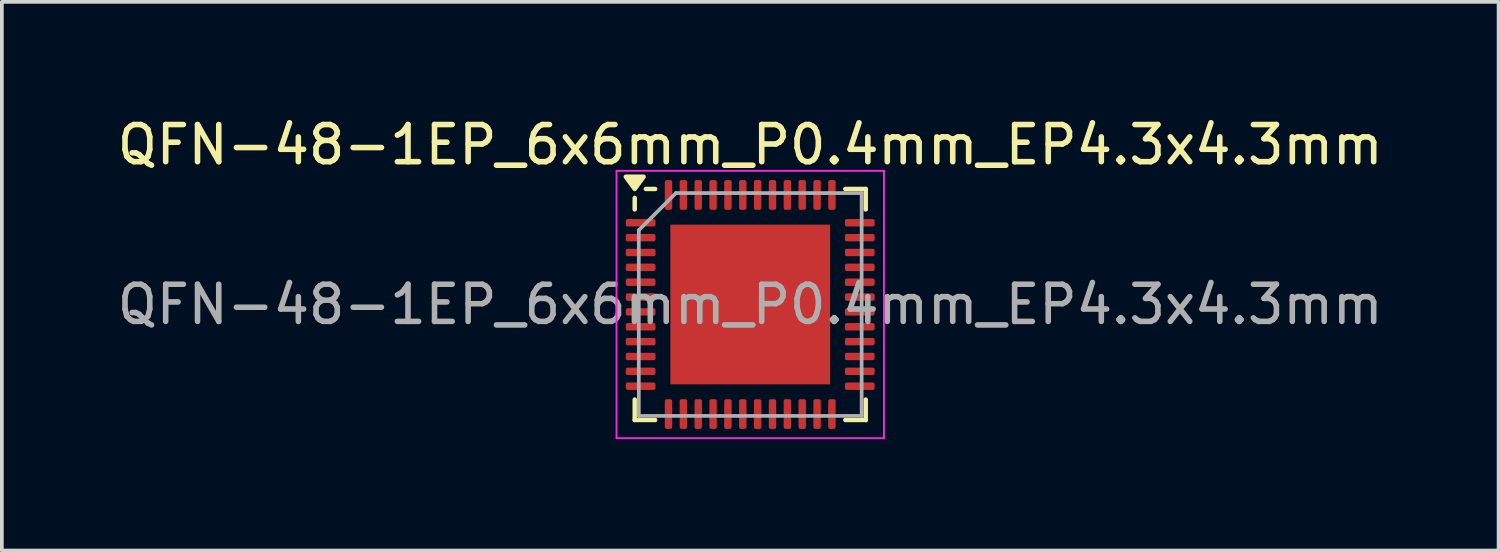
<source format=kicad_pcb>
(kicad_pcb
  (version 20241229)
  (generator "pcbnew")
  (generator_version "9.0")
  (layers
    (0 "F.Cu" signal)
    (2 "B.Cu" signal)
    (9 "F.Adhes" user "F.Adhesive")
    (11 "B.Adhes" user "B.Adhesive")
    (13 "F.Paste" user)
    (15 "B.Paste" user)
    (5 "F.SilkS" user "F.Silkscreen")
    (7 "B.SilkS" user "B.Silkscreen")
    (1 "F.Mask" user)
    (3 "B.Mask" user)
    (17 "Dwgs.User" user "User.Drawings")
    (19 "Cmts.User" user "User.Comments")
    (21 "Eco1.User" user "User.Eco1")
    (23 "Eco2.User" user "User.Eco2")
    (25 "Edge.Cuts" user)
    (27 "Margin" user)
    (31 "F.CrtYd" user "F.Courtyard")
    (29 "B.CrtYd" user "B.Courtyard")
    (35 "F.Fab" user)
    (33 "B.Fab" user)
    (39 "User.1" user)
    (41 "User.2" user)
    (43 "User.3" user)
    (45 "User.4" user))
  (footprint "QFN-48-1EP_6x6mm_P0.4mm_EP4.3x4.3mm"
    (layer "F.Cu")
    (at 17.149 5.148)
    (property "Reference" "QFN-48-1EP_6x6mm_P0.4mm_EP4.3x4.3mm" (at 0 -4.3 0) (layer "F.SilkS") (effects (font (size 1 1) (thickness 0.15))))
    (attr smd)
    (fp_line (start -3.11 -2.56) (end -3.11 -2.87) (stroke (width 0.12) (type solid)) (layer "F.SilkS"))
    (fp_line (start -3.11 3.11) (end -3.11 2.56) (stroke (width 0.12) (type solid)) (layer "F.SilkS"))
    (fp_line (start -2.56 -3.11) (end -2.81 -3.11) (stroke (width 0.12) (type solid)) (layer "F.SilkS"))
    (fp_line (start -2.56 3.11) (end -3.11 3.11) (stroke (width 0.12) (type solid)) (layer "F.SilkS"))
    (fp_line (start 2.56 -3.11) (end 3.11 -3.11) (stroke (width 0.12) (type solid)) (layer "F.SilkS"))
    (fp_line (start 2.56 3.11) (end 3.11 3.11) (stroke (width 0.12) (type solid)) (layer "F.SilkS"))
    (fp_line (start 3.11 -3.11) (end 3.11 -2.56) (stroke (width 0.12) (type solid)) (layer "F.SilkS"))
    (fp_line (start 3.11 3.11) (end 3.11 2.56) (stroke (width 0.12) (type solid)) (layer "F.SilkS"))
    (fp_poly (pts (xy -3.11 -3.11) (xy -3.35 -3.44) (xy -2.87 -3.44) (xy -3.11 -3.11)) (stroke (width 0.12) (type solid)) (fill yes) (layer "F.SilkS"))
    (fp_line (start -3.6 -3.6) (end -3.6 3.6) (stroke (width 0.05) (type solid)) (layer "F.CrtYd"))
    (fp_line (start -3.6 3.6) (end 3.6 3.6) (stroke (width 0.05) (type solid)) (layer "F.CrtYd"))
    (fp_line (start 3.6 -3.6) (end -3.6 -3.6) (stroke (width 0.05) (type solid)) (layer "F.CrtYd"))
    (fp_line (start 3.6 3.6) (end 3.6 -3.6) (stroke (width 0.05) (type solid)) (layer "F.CrtYd"))
    (fp_line (start -3 -2) (end -2 -3) (stroke (width 0.1) (type solid)) (layer "F.Fab"))
    (fp_line (start -3 3) (end -3 -2) (stroke (width 0.1) (type solid)) (layer "F.Fab"))
    (fp_line (start -2 -3) (end 3 -3) (stroke (width 0.1) (type solid)) (layer "F.Fab"))
    (fp_line (start 3 -3) (end 3 3) (stroke (width 0.1) (type solid)) (layer "F.Fab"))
    (fp_line (start 3 3) (end -3 3) (stroke (width 0.1) (type solid)) (layer "F.Fab"))
    (fp_text user "${REFERENCE}" (at 0 0 0) (layer "F.Fab") (effects (font (size 1 1) (thickness 0.15))))
    (pad "" smd roundrect (at -1.43 -1.43) (size 1.16 1.16) (layers "F.Paste") (roundrect_rratio 0.216))
    (pad "" smd roundrect (at -1.43 0) (size 1.16 1.16) (layers "F.Paste") (roundrect_rratio 0.216))
    (pad "" smd roundrect (at -1.43 1.43) (size 1.16 1.16) (layers "F.Paste") (roundrect_rratio 0.216))
    (pad "" smd roundrect (at 0 -1.43) (size 1.16 1.16) (layers "F.Paste") (roundrect_rratio 0.216))
    (pad "" smd roundrect (at 0 0) (size 1.16 1.16) (layers "F.Paste") (roundrect_rratio 0.216))
    (pad "" smd roundrect (at 0 1.43) (size 1.16 1.16) (layers "F.Paste") (roundrect_rratio 0.216))
    (pad "" smd roundrect (at 1.43 -1.43) (size 1.16 1.16) (layers "F.Paste") (roundrect_rratio 0.216))
    (pad "" smd roundrect (at 1.43 0) (size 1.16 1.16) (layers "F.Paste") (roundrect_rratio 0.216))
    (pad "" smd roundrect (at 1.43 1.43) (size 1.16 1.16) (layers "F.Paste") (roundrect_rratio 0.216))
    (pad "1" smd roundrect (at -2.95 -2.2) (size 0.8 0.2) (layers "F.Cu" "F.Mask" "F.Paste") (roundrect_rratio 0.25))
    (pad "2" smd roundrect (at -2.95 -1.8) (size 0.8 0.2) (layers "F.Cu" "F.Mask" "F.Paste") (roundrect_rratio 0.25))
    (pad "3" smd roundrect (at -2.95 -1.4) (size 0.8 0.2) (layers "F.Cu" "F.Mask" "F.Paste") (roundrect_rratio 0.25))
    (pad "4" smd roundrect (at -2.95 -1) (size 0.8 0.2) (layers "F.Cu" "F.Mask" "F.Paste") (roundrect_rratio 0.25))
    (pad "5" smd roundrect (at -2.95 -0.6) (size 0.8 0.2) (layers "F.Cu" "F.Mask" "F.Paste") (roundrect_rratio 0.25))
    (pad "6" smd roundrect (at -2.95 -0.2) (size 0.8 0.2) (layers "F.Cu" "F.Mask" "F.Paste") (roundrect_rratio 0.25))
    (pad "7" smd roundrect (at -2.95 0.2) (size 0.8 0.2) (layers "F.Cu" "F.Mask" "F.Paste") (roundrect_rratio 0.25))
    (pad "8" smd roundrect (at -2.95 0.6) (size 0.8 0.2) (layers "F.Cu" "F.Mask" "F.Paste") (roundrect_rratio 0.25))
    (pad "9" smd roundrect (at -2.95 1) (size 0.8 0.2) (layers "F.Cu" "F.Mask" "F.Paste") (roundrect_rratio 0.25))
    (pad "10" smd roundrect (at -2.95 1.4) (size 0.8 0.2) (layers "F.Cu" "F.Mask" "F.Paste") (roundrect_rratio 0.25))
    (pad "11" smd roundrect (at -2.95 1.8) (size 0.8 0.2) (layers "F.Cu" "F.Mask" "F.Paste") (roundrect_rratio 0.25))
    (pad "12" smd roundrect (at -2.95 2.2) (size 0.8 0.2) (layers "F.Cu" "F.Mask" "F.Paste") (roundrect_rratio 0.25))
    (pad "13" smd roundrect (at -2.2 2.95) (size 0.2 0.8) (layers "F.Cu" "F.Mask" "F.Paste") (roundrect_rratio 0.25))
    (pad "14" smd roundrect (at -1.8 2.95) (size 0.2 0.8) (layers "F.Cu" "F.Mask" "F.Paste") (roundrect_rratio 0.25))
    (pad "15" smd roundrect (at -1.4 2.95) (size 0.2 0.8) (layers "F.Cu" "F.Mask" "F.Paste") (roundrect_rratio 0.25))
    (pad "16" smd roundrect (at -1 2.95) (size 0.2 0.8) (layers "F.Cu" "F.Mask" "F.Paste") (roundrect_rratio 0.25))
    (pad "17" smd roundrect (at -0.6 2.95) (size 0.2 0.8) (layers "F.Cu" "F.Mask" "F.Paste") (roundrect_rratio 0.25))
    (pad "18" smd roundrect (at -0.2 2.95) (size 0.2 0.8) (layers "F.Cu" "F.Mask" "F.Paste") (roundrect_rratio 0.25))
    (pad "19" smd roundrect (at 0.2 2.95) (size 0.2 0.8) (layers "F.Cu" "F.Mask" "F.Paste") (roundrect_rratio 0.25))
    (pad "20" smd roundrect (at 0.6 2.95) (size 0.2 0.8) (layers "F.Cu" "F.Mask" "F.Paste") (roundrect_rratio 0.25))
    (pad "21" smd roundrect (at 1 2.95) (size 0.2 0.8) (layers "F.Cu" "F.Mask" "F.Paste") (roundrect_rratio 0.25))
    (pad "22" smd roundrect (at 1.4 2.95) (size 0.2 0.8) (layers "F.Cu" "F.Mask" "F.Paste") (roundrect_rratio 0.25))
    (pad "23" smd roundrect (at 1.8 2.95) (size 0.2 0.8) (layers "F.Cu" "F.Mask" "F.Paste") (roundrect_rratio 0.25))
    (pad "24" smd roundrect (at 2.2 2.95) (size 0.2 0.8) (layers "F.Cu" "F.Mask" "F.Paste") (roundrect_rratio 0.25))
    (pad "25" smd roundrect (at 2.95 2.2) (size 0.8 0.2) (layers "F.Cu" "F.Mask" "F.Paste") (roundrect_rratio 0.25))
    (pad "26" smd roundrect (at 2.95 1.8) (size 0.8 0.2) (layers "F.Cu" "F.Mask" "F.Paste") (roundrect_rratio 0.25))
    (pad "27" smd roundrect (at 2.95 1.4) (size 0.8 0.2) (layers "F.Cu" "F.Mask" "F.Paste") (roundrect_rratio 0.25))
    (pad "28" smd roundrect (at 2.95 1) (size 0.8 0.2) (layers "F.Cu" "F.Mask" "F.Paste") (roundrect_rratio 0.25))
    (pad "29" smd roundrect (at 2.95 0.6) (size 0.8 0.2) (layers "F.Cu" "F.Mask" "F.Paste") (roundrect_rratio 0.25))
    (pad "30" smd roundrect (at 2.95 0.2) (size 0.8 0.2) (layers "F.Cu" "F.Mask" "F.Paste") (roundrect_rratio 0.25))
    (pad "31" smd roundrect (at 2.95 -0.2) (size 0.8 0.2) (layers "F.Cu" "F.Mask" "F.Paste") (roundrect_rratio 0.25))
    (pad "32" smd roundrect (at 2.95 -0.6) (size 0.8 0.2) (layers "F.Cu" "F.Mask" "F.Paste") (roundrect_rratio 0.25))
    (pad "33" smd roundrect (at 2.95 -1) (size 0.8 0.2) (layers "F.Cu" "F.Mask" "F.Paste") (roundrect_rratio 0.25))
    (pad "34" smd roundrect (at 2.95 -1.4) (size 0.8 0.2) (layers "F.Cu" "F.Mask" "F.Paste") (roundrect_rratio 0.25))
    (pad "35" smd roundrect (at 2.95 -1.8) (size 0.8 0.2) (layers "F.Cu" "F.Mask" "F.Paste") (roundrect_rratio 0.25))
    (pad "36" smd roundrect (at 2.95 -2.2) (size 0.8 0.2) (layers "F.Cu" "F.Mask" "F.Paste") (roundrect_rratio 0.25))
    (pad "37" smd roundrect (at 2.2 -2.95) (size 0.2 0.8) (layers "F.Cu" "F.Mask" "F.Paste") (roundrect_rratio 0.25))
    (pad "38" smd roundrect (at 1.8 -2.95) (size 0.2 0.8) (layers "F.Cu" "F.Mask" "F.Paste") (roundrect_rratio 0.25))
    (pad "39" smd roundrect (at 1.4 -2.95) (size 0.2 0.8) (layers "F.Cu" "F.Mask" "F.Paste") (roundrect_rratio 0.25))
    (pad "40" smd roundrect (at 1 -2.95) (size 0.2 0.8) (layers "F.Cu" "F.Mask" "F.Paste") (roundrect_rratio 0.25))
    (pad "41" smd roundrect (at 0.6 -2.95) (size 0.2 0.8) (layers "F.Cu" "F.Mask" "F.Paste") (roundrect_rratio 0.25))
    (pad "42" smd roundrect (at 0.2 -2.95) (size 0.2 0.8) (layers "F.Cu" "F.Mask" "F.Paste") (roundrect_rratio 0.25))
    (pad "43" smd roundrect (at -0.2 -2.95) (size 0.2 0.8) (layers "F.Cu" "F.Mask" "F.Paste") (roundrect_rratio 0.25))
    (pad "44" smd roundrect (at -0.6 -2.95) (size 0.2 0.8) (layers "F.Cu" "F.Mask" "F.Paste") (roundrect_rratio 0.25))
    (pad "45" smd roundrect (at -1 -2.95) (size 0.2 0.8) (layers "F.Cu" "F.Mask" "F.Paste") (roundrect_rratio 0.25))
    (pad "46" smd roundrect (at -1.4 -2.95) (size 0.2 0.8) (layers "F.Cu" "F.Mask" "F.Paste") (roundrect_rratio 0.25))
    (pad "47" smd roundrect (at -1.8 -2.95) (size 0.2 0.8) (layers "F.Cu" "F.Mask" "F.Paste") (roundrect_rratio 0.25))
    (pad "48" smd roundrect (at -2.2 -2.95) (size 0.2 0.8) (layers "F.Cu" "F.Mask" "F.Paste") (roundrect_rratio 0.25))
    (pad "49" smd rect (at 0 0) (size 4.3 4.3) (property pad_prop_heatsink) (layers "F.Cu" "F.Mask")))
  (gr_rect
    (start -3 -3)
    (end 37.298 11.773)
    (stroke (width 0.1) (type default))
    (fill no)
    (layer "Edge.Cuts")))
</source>
